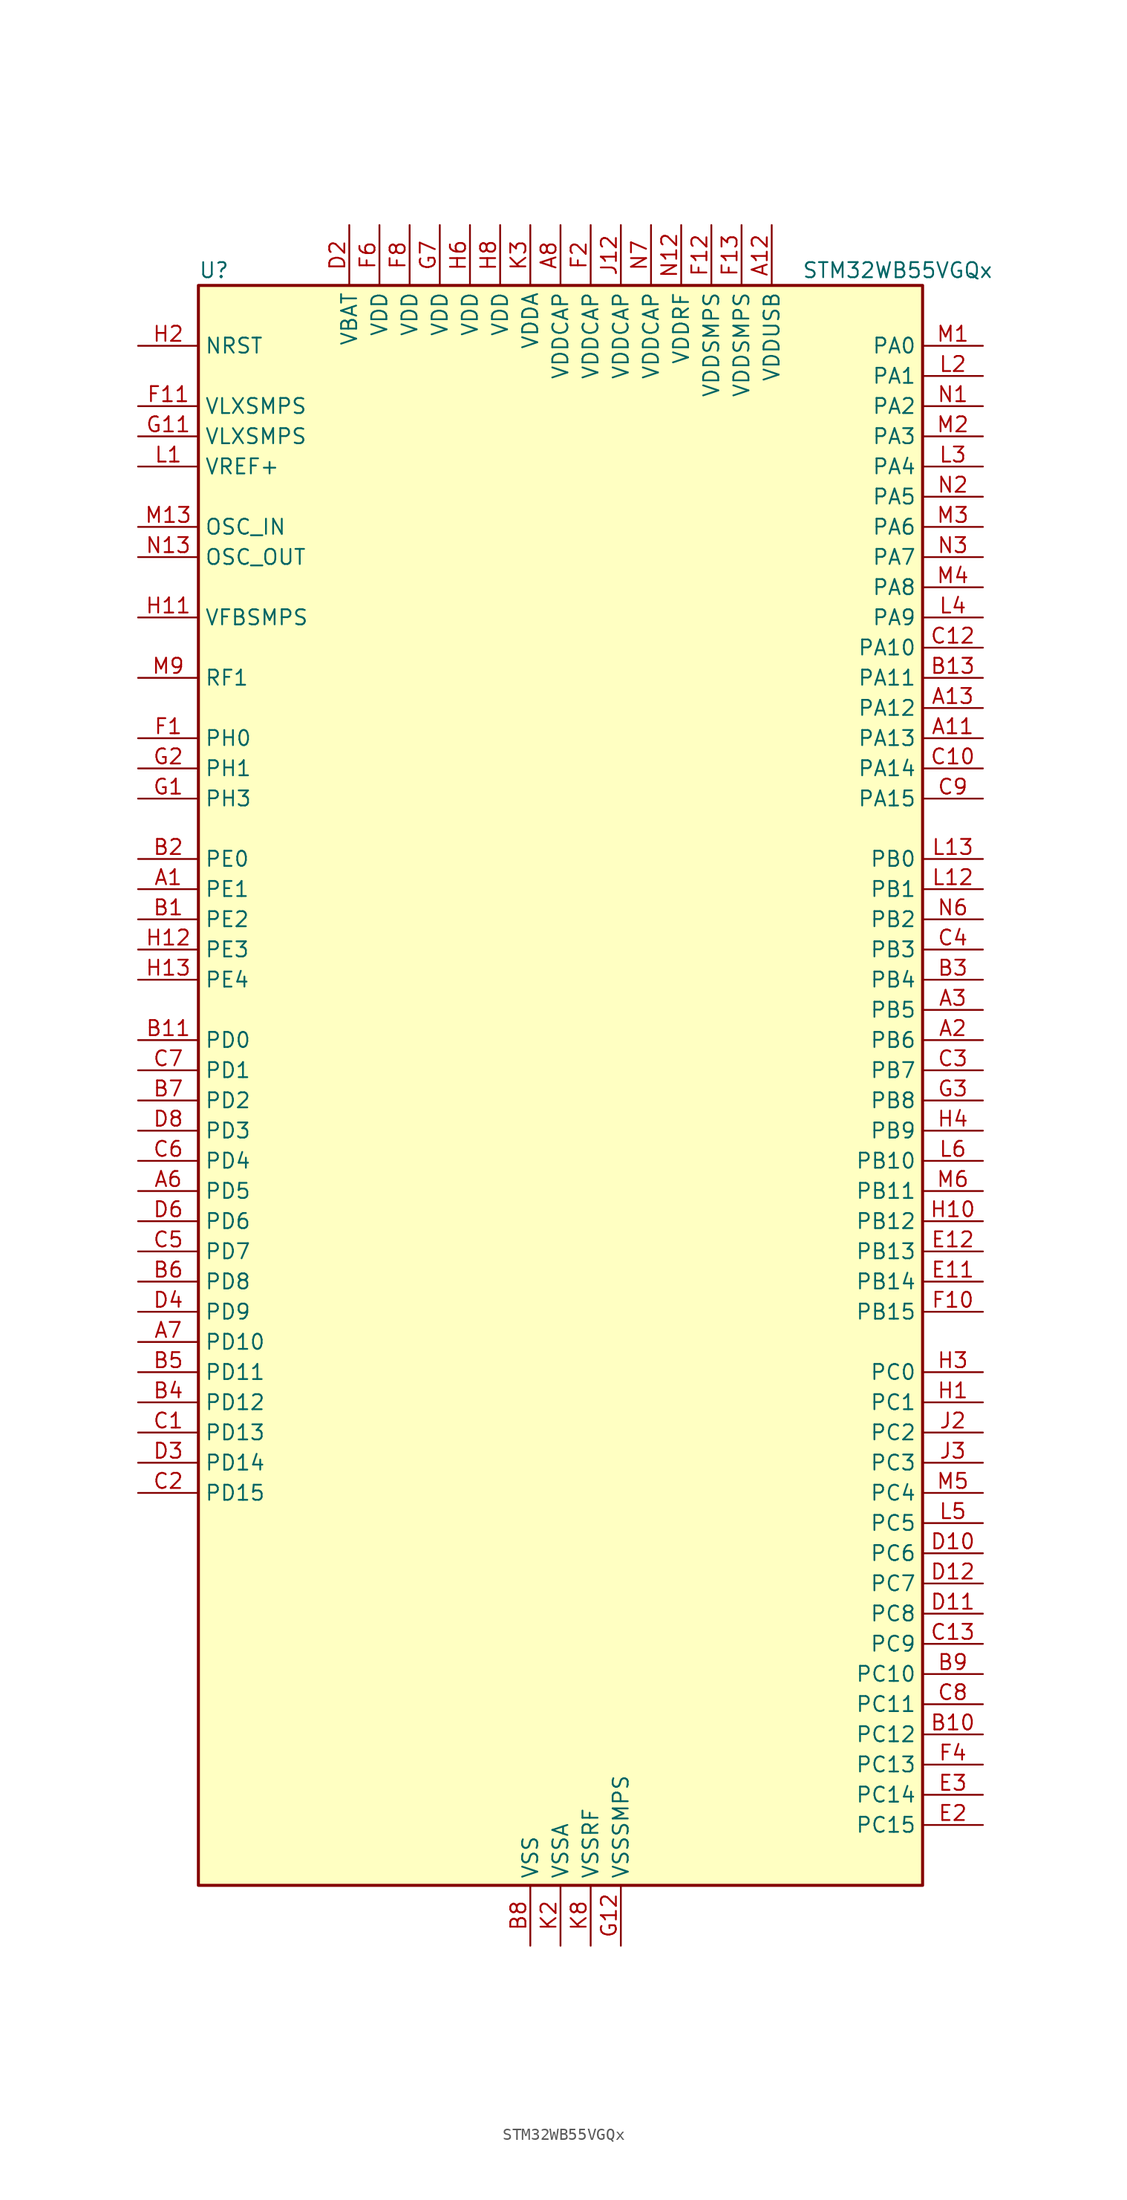
<source format=kicad_sym>
(kicad_symbol_lib
  (version 20241209)
  (generator "kicad_symbol_editor")
  (generator_version "9.0")
  (symbol "STM32WB55VGQx"
    (property "Reference" "U"
      (at -30.48 69.85 0)
      (effects (font (size 1.27 1.27)) (justify left)))
    (property "Value" "STM32WB55VGQx"
      (at 20.32 69.85 0)
      (effects (font (size 1.27 1.27)) (justify left)))
    (symbol "STM32WB55VGQx_0_1"
      (rectangle (start -30.48 -66.04) (end 30.48 68.58) (stroke (width 0.254) (type default)) (fill (type background))))
    (symbol "STM32WB55VGQx_1_1"
      (pin input line (at -35.56 63.5 0) (length 5.08) (name "NRST" (effects (font (size 1.27 1.27)))) (number "H2" (effects (font (size 1.27 1.27)))))
      (pin power_in line (at -35.56 58.42 0) (length 5.08) (name "VLXSMPS" (effects (font (size 1.27 1.27)))) (number "F11" (effects (font (size 1.27 1.27)))))
      (pin power_in line (at -35.56 55.88 0) (length 5.08) (name "VLXSMPS" (effects (font (size 1.27 1.27)))) (number "G11" (effects (font (size 1.27 1.27)))))
      (pin input line (at -35.56 53.34 0) (length 5.08) (name "VREF+" (effects (font (size 1.27 1.27)))) (number "L1" (effects (font (size 1.27 1.27)))) (alternate "VREFBUF_OUT" bidirectional line))
      (pin input line (at -35.56 48.26 0) (length 5.08) (name "OSC_IN" (effects (font (size 1.27 1.27)))) (number "M13" (effects (font (size 1.27 1.27)))) (alternate "RCC_OSC_IN" bidirectional line))
      (pin input line (at -35.56 45.72 0) (length 5.08) (name "OSC_OUT" (effects (font (size 1.27 1.27)))) (number "N13" (effects (font (size 1.27 1.27)))) (alternate "RCC_OSC_OUT" bidirectional line))
      (pin input line (at -35.56 40.64 0) (length 5.08) (name "VFBSMPS" (effects (font (size 1.27 1.27)))) (number "H11" (effects (font (size 1.27 1.27)))))
      (pin bidirectional line (at -35.56 35.56 0) (length 5.08) (name "RF1" (effects (font (size 1.27 1.27)))) (number "M9" (effects (font (size 1.27 1.27)))) (alternate "RF_RF1" bidirectional line))
      (pin bidirectional line (at -35.56 30.48 0) (length 5.08) (name "PH0" (effects (font (size 1.27 1.27)))) (number "F1" (effects (font (size 1.27 1.27)))))
      (pin bidirectional line (at -35.56 27.94 0) (length 5.08) (name "PH1" (effects (font (size 1.27 1.27)))) (number "G2" (effects (font (size 1.27 1.27)))))
      (pin bidirectional line (at -35.56 25.4 0) (length 5.08) (name "PH3" (effects (font (size 1.27 1.27)))) (number "G1" (effects (font (size 1.27 1.27)))) (alternate "RCC_LSCO" bidirectional line))
      (pin bidirectional line (at -35.56 20.32 0) (length 5.08) (name "PE0" (effects (font (size 1.27 1.27)))) (number "B2" (effects (font (size 1.27 1.27)))) (alternate "LCD_SEG36" bidirectional line) (alternate "TIM16_CH1" bidirectional line) (alternate "TIM1_ETR" bidirectional line) (alternate "TSC_G7_IO3" bidirectional line))
      (pin bidirectional line (at -35.56 17.78 0) (length 5.08) (name "PE1" (effects (font (size 1.27 1.27)))) (number "A1" (effects (font (size 1.27 1.27)))) (alternate "LCD_SEG37" bidirectional line) (alternate "TIM17_CH1" bidirectional line) (alternate "TSC_G7_IO2" bidirectional line))
      (pin bidirectional line (at -35.56 15.24 0) (length 5.08) (name "PE2" (effects (font (size 1.27 1.27)))) (number "B1" (effects (font (size 1.27 1.27)))) (alternate "LCD_SEG38" bidirectional line) (alternate "SAI1_CK1" bidirectional line) (alternate "SAI1_MCLK_A" bidirectional line) (alternate "SYS_TRACECLK" bidirectional line) (alternate "TSC_G7_IO1" bidirectional line))
      (pin bidirectional line (at -35.56 12.7 0) (length 5.08) (name "PE3" (effects (font (size 1.27 1.27)))) (number "H12" (effects (font (size 1.27 1.27)))))
      (pin bidirectional line (at -35.56 10.16 0) (length 5.08) (name "PE4" (effects (font (size 1.27 1.27)))) (number "H13" (effects (font (size 1.27 1.27)))))
      (pin bidirectional line (at -35.56 5.08 0) (length 5.08) (name "PD0" (effects (font (size 1.27 1.27)))) (number "B11" (effects (font (size 1.27 1.27)))) (alternate "SPI2_NSS" bidirectional line))
      (pin bidirectional line (at -35.56 2.54 0) (length 5.08) (name "PD1" (effects (font (size 1.27 1.27)))) (number "C7" (effects (font (size 1.27 1.27)))) (alternate "SPI2_SCK" bidirectional line))
      (pin bidirectional line (at -35.56 0 0) (length 5.08) (name "PD2" (effects (font (size 1.27 1.27)))) (number "B7" (effects (font (size 1.27 1.27)))) (alternate "LCD_COM7" bidirectional line) (alternate "LCD_SEG31" bidirectional line) (alternate "LCD_SEG43" bidirectional line) (alternate "SYS_TRACED2" bidirectional line) (alternate "TSC_SYNC" bidirectional line))
      (pin bidirectional line (at -35.56 -2.54 0) (length 5.08) (name "PD3" (effects (font (size 1.27 1.27)))) (number "D8" (effects (font (size 1.27 1.27)))) (alternate "QUADSPI_BK1_NCS" bidirectional line) (alternate "SPI2_MISO" bidirectional line) (alternate "SPI2_SCK" bidirectional line))
      (pin bidirectional line (at -35.56 -5.08 0) (length 5.08) (name "PD4" (effects (font (size 1.27 1.27)))) (number "C6" (effects (font (size 1.27 1.27)))) (alternate "QUADSPI_BK1_IO0" bidirectional line) (alternate "SPI2_MOSI" bidirectional line) (alternate "TSC_G5_IO1" bidirectional line))
      (pin bidirectional line (at -35.56 -7.62 0) (length 5.08) (name "PD5" (effects (font (size 1.27 1.27)))) (number "A6" (effects (font (size 1.27 1.27)))) (alternate "QUADSPI_BK1_IO1" bidirectional line) (alternate "SAI1_MCLK_B" bidirectional line) (alternate "TSC_G5_IO2" bidirectional line))
      (pin bidirectional line (at -35.56 -10.16 0) (length 5.08) (name "PD6" (effects (font (size 1.27 1.27)))) (number "D6" (effects (font (size 1.27 1.27)))) (alternate "QUADSPI_BK1_IO2" bidirectional line) (alternate "SAI1_D1" bidirectional line) (alternate "SAI1_SD_A" bidirectional line) (alternate "TSC_G5_IO3" bidirectional line))
      (pin bidirectional line (at -35.56 -12.7 0) (length 5.08) (name "PD7" (effects (font (size 1.27 1.27)))) (number "C5" (effects (font (size 1.27 1.27)))) (alternate "LCD_SEG39" bidirectional line) (alternate "QUADSPI_BK1_IO3" bidirectional line) (alternate "TSC_G5_IO4" bidirectional line))
      (pin bidirectional line (at -35.56 -15.24 0) (length 5.08) (name "PD8" (effects (font (size 1.27 1.27)))) (number "B6" (effects (font (size 1.27 1.27)))) (alternate "LCD_SEG28" bidirectional line) (alternate "TIM1_BKIN2" bidirectional line))
      (pin bidirectional line (at -35.56 -17.78 0) (length 5.08) (name "PD9" (effects (font (size 1.27 1.27)))) (number "D4" (effects (font (size 1.27 1.27)))) (alternate "LCD_SEG29" bidirectional line) (alternate "SYS_TRACED0" bidirectional line))
      (pin bidirectional line (at -35.56 -20.32 0) (length 5.08) (name "PD10" (effects (font (size 1.27 1.27)))) (number "A7" (effects (font (size 1.27 1.27)))) (alternate "LCD_SEG30" bidirectional line) (alternate "SYS_TRIG_INOUT" bidirectional line) (alternate "TSC_G6_IO1" bidirectional line))
      (pin bidirectional line (at -35.56 -22.86 0) (length 5.08) (name "PD11" (effects (font (size 1.27 1.27)))) (number "B5" (effects (font (size 1.27 1.27)))) (alternate "ADC1_EXTI11" bidirectional line) (alternate "LCD_SEG31" bidirectional line) (alternate "LPTIM2_ETR" bidirectional line) (alternate "TSC_G6_IO2" bidirectional line))
      (pin bidirectional line (at -35.56 -25.4 0) (length 5.08) (name "PD12" (effects (font (size 1.27 1.27)))) (number "B4" (effects (font (size 1.27 1.27)))) (alternate "LCD_SEG32" bidirectional line) (alternate "LPTIM2_IN1" bidirectional line) (alternate "TSC_G6_IO3" bidirectional line))
      (pin bidirectional line (at -35.56 -27.94 0) (length 5.08) (name "PD13" (effects (font (size 1.27 1.27)))) (number "C1" (effects (font (size 1.27 1.27)))) (alternate "LCD_SEG33" bidirectional line) (alternate "LPTIM2_OUT" bidirectional line) (alternate "TSC_G6_IO4" bidirectional line))
      (pin bidirectional line (at -35.56 -30.48 0) (length 5.08) (name "PD14" (effects (font (size 1.27 1.27)))) (number "D3" (effects (font (size 1.27 1.27)))) (alternate "LCD_SEG34" bidirectional line) (alternate "TIM1_CH1" bidirectional line))
      (pin bidirectional line (at -35.56 -33.02 0) (length 5.08) (name "PD15" (effects (font (size 1.27 1.27)))) (number "C2" (effects (font (size 1.27 1.27)))) (alternate "ADC1_EXTI15" bidirectional line) (alternate "LCD_SEG35" bidirectional line) (alternate "TIM1_CH2" bidirectional line))
      (pin no_connect line (at -30.48 -63.5 0) (length 5.08) (hide yes) (name "AT1" (effects (font (size 1.27 1.27)))) (number "K12" (effects (font (size 1.27 1.27)))))
      (pin no_connect line (at -30.48 -66.04 0) (length 5.08) (hide yes) (name "AT0" (effects (font (size 1.27 1.27)))) (number "K11" (effects (font (size 1.27 1.27)))))
      (pin power_in line (at -17.78 73.66 270) (length 5.08) (name "VBAT" (effects (font (size 1.27 1.27)))) (number "D2" (effects (font (size 1.27 1.27)))))
      (pin power_in line (at -15.24 73.66 270) (length 5.08) (name "VDD" (effects (font (size 1.27 1.27)))) (number "F6" (effects (font (size 1.27 1.27)))))
      (pin power_in line (at -12.7 73.66 270) (length 5.08) (name "VDD" (effects (font (size 1.27 1.27)))) (number "F8" (effects (font (size 1.27 1.27)))))
      (pin power_in line (at -10.16 73.66 270) (length 5.08) (name "VDD" (effects (font (size 1.27 1.27)))) (number "G7" (effects (font (size 1.27 1.27)))))
      (pin power_in line (at -7.62 73.66 270) (length 5.08) (name "VDD" (effects (font (size 1.27 1.27)))) (number "H6" (effects (font (size 1.27 1.27)))))
      (pin power_in line (at -5.08 73.66 270) (length 5.08) (name "VDD" (effects (font (size 1.27 1.27)))) (number "H8" (effects (font (size 1.27 1.27)))))
      (pin power_in line (at -2.54 73.66 270) (length 5.08) (name "VDDA" (effects (font (size 1.27 1.27)))) (number "K3" (effects (font (size 1.27 1.27)))))
      (pin passive line (at -2.54 -71.12 90) (length 5.08) (hide yes) (name "VSS" (effects (font (size 1.27 1.27)))) (number "B12" (effects (font (size 1.27 1.27)))))
      (pin power_in line (at -2.54 -71.12 90) (length 5.08) (name "VSS" (effects (font (size 1.27 1.27)))) (number "B8" (effects (font (size 1.27 1.27)))))
      (pin passive line (at -2.54 -71.12 90) (length 5.08) (hide yes) (name "VSS" (effects (font (size 1.27 1.27)))) (number "C11" (effects (font (size 1.27 1.27)))))
      (pin passive line (at -2.54 -71.12 90) (length 5.08) (hide yes) (name "VSS" (effects (font (size 1.27 1.27)))) (number "E5" (effects (font (size 1.27 1.27)))))
      (pin passive line (at -2.54 -71.12 90) (length 5.08) (hide yes) (name "VSS" (effects (font (size 1.27 1.27)))) (number "E7" (effects (font (size 1.27 1.27)))))
      (pin passive line (at -2.54 -71.12 90) (length 5.08) (hide yes) (name "VSS" (effects (font (size 1.27 1.27)))) (number "E9" (effects (font (size 1.27 1.27)))))
      (pin passive line (at -2.54 -71.12 90) (length 5.08) (hide yes) (name "VSS" (effects (font (size 1.27 1.27)))) (number "F3" (effects (font (size 1.27 1.27)))))
      (pin passive line (at -2.54 -71.12 90) (length 5.08) (hide yes) (name "VSS" (effects (font (size 1.27 1.27)))) (number "G5" (effects (font (size 1.27 1.27)))))
      (pin passive line (at -2.54 -71.12 90) (length 5.08) (hide yes) (name "VSS" (effects (font (size 1.27 1.27)))) (number "G9" (effects (font (size 1.27 1.27)))))
      (pin passive line (at -2.54 -71.12 90) (length 5.08) (hide yes) (name "VSS" (effects (font (size 1.27 1.27)))) (number "J11" (effects (font (size 1.27 1.27)))))
      (pin passive line (at -2.54 -71.12 90) (length 5.08) (hide yes) (name "VSS" (effects (font (size 1.27 1.27)))) (number "J5" (effects (font (size 1.27 1.27)))))
      (pin passive line (at -2.54 -71.12 90) (length 5.08) (hide yes) (name "VSS" (effects (font (size 1.27 1.27)))) (number "J7" (effects (font (size 1.27 1.27)))))
      (pin passive line (at -2.54 -71.12 90) (length 5.08) (hide yes) (name "VSS" (effects (font (size 1.27 1.27)))) (number "J9" (effects (font (size 1.27 1.27)))))
      (pin passive line (at -2.54 -71.12 90) (length 5.08) (hide yes) (name "VSS" (effects (font (size 1.27 1.27)))) (number "K4" (effects (font (size 1.27 1.27)))))
      (pin passive line (at -2.54 -71.12 90) (length 5.08) (hide yes) (name "VSS" (effects (font (size 1.27 1.27)))) (number "K6" (effects (font (size 1.27 1.27)))))
      (pin passive line (at -2.54 -71.12 90) (length 5.08) (hide yes) (name "VSS" (effects (font (size 1.27 1.27)))) (number "M7" (effects (font (size 1.27 1.27)))))
      (pin power_in line (at 0 73.66 270) (length 5.08) (name "VDDCAP" (effects (font (size 1.27 1.27)))) (number "A8" (effects (font (size 1.27 1.27)))))
      (pin power_in line (at 0 -71.12 90) (length 5.08) (name "VSSA" (effects (font (size 1.27 1.27)))) (number "K2" (effects (font (size 1.27 1.27)))))
      (pin power_in line (at 2.54 73.66 270) (length 5.08) (name "VDDCAP" (effects (font (size 1.27 1.27)))) (number "F2" (effects (font (size 1.27 1.27)))))
      (pin passive line (at 2.54 -71.12 90) (length 5.08) (hide yes) (name "VSSRF" (effects (font (size 1.27 1.27)))) (number "K10" (effects (font (size 1.27 1.27)))))
      (pin power_in line (at 2.54 -71.12 90) (length 5.08) (name "VSSRF" (effects (font (size 1.27 1.27)))) (number "K8" (effects (font (size 1.27 1.27)))))
      (pin passive line (at 2.54 -71.12 90) (length 5.08) (hide yes) (name "VSSRF" (effects (font (size 1.27 1.27)))) (number "L10" (effects (font (size 1.27 1.27)))))
      (pin passive line (at 2.54 -71.12 90) (length 5.08) (hide yes) (name "VSSRF" (effects (font (size 1.27 1.27)))) (number "L11" (effects (font (size 1.27 1.27)))))
      (pin passive line (at 2.54 -71.12 90) (length 5.08) (hide yes) (name "VSSRF" (effects (font (size 1.27 1.27)))) (number "L7" (effects (font (size 1.27 1.27)))))
      (pin passive line (at 2.54 -71.12 90) (length 5.08) (hide yes) (name "VSSRF" (effects (font (size 1.27 1.27)))) (number "L8" (effects (font (size 1.27 1.27)))))
      (pin passive line (at 2.54 -71.12 90) (length 5.08) (hide yes) (name "VSSRF" (effects (font (size 1.27 1.27)))) (number "L9" (effects (font (size 1.27 1.27)))))
      (pin passive line (at 2.54 -71.12 90) (length 5.08) (hide yes) (name "VSSRF" (effects (font (size 1.27 1.27)))) (number "M10" (effects (font (size 1.27 1.27)))))
      (pin passive line (at 2.54 -71.12 90) (length 5.08) (hide yes) (name "VSSRF" (effects (font (size 1.27 1.27)))) (number "M11" (effects (font (size 1.27 1.27)))))
      (pin passive line (at 2.54 -71.12 90) (length 5.08) (hide yes) (name "VSSRF" (effects (font (size 1.27 1.27)))) (number "M12" (effects (font (size 1.27 1.27)))))
      (pin passive line (at 2.54 -71.12 90) (length 5.08) (hide yes) (name "VSSRF" (effects (font (size 1.27 1.27)))) (number "M8" (effects (font (size 1.27 1.27)))))
      (pin passive line (at 2.54 -71.12 90) (length 5.08) (hide yes) (name "VSSRF" (effects (font (size 1.27 1.27)))) (number "N11" (effects (font (size 1.27 1.27)))))
      (pin passive line (at 2.54 -71.12 90) (length 5.08) (hide yes) (name "VSSRF" (effects (font (size 1.27 1.27)))) (number "N8" (effects (font (size 1.27 1.27)))))
      (pin power_in line (at 5.08 73.66 270) (length 5.08) (name "VDDCAP" (effects (font (size 1.27 1.27)))) (number "J12" (effects (font (size 1.27 1.27)))))
      (pin power_in line (at 5.08 -71.12 90) (length 5.08) (name "VSSSMPS" (effects (font (size 1.27 1.27)))) (number "G12" (effects (font (size 1.27 1.27)))))
      (pin passive line (at 5.08 -71.12 90) (length 5.08) (hide yes) (name "VSSSMPS" (effects (font (size 1.27 1.27)))) (number "G13" (effects (font (size 1.27 1.27)))))
      (pin power_in line (at 7.62 73.66 270) (length 5.08) (name "VDDCAP" (effects (font (size 1.27 1.27)))) (number "N7" (effects (font (size 1.27 1.27)))))
      (pin power_in line (at 10.16 73.66 270) (length 5.08) (name "VDDRF" (effects (font (size 1.27 1.27)))) (number "N12" (effects (font (size 1.27 1.27)))))
      (pin power_in line (at 12.7 73.66 270) (length 5.08) (name "VDDSMPS" (effects (font (size 1.27 1.27)))) (number "F12" (effects (font (size 1.27 1.27)))))
      (pin power_in line (at 15.24 73.66 270) (length 5.08) (name "VDDSMPS" (effects (font (size 1.27 1.27)))) (number "F13" (effects (font (size 1.27 1.27)))))
      (pin power_in line (at 17.78 73.66 270) (length 5.08) (name "VDDUSB" (effects (font (size 1.27 1.27)))) (number "A12" (effects (font (size 1.27 1.27)))))
      (pin bidirectional line (at 35.56 63.5 180) (length 5.08) (name "PA0" (effects (font (size 1.27 1.27)))) (number "M1" (effects (font (size 1.27 1.27)))) (alternate "ADC1_IN5" bidirectional line) (alternate "COMP1_INM" bidirectional line) (alternate "COMP1_OUT" bidirectional line) (alternate "RTC_TAMP2" bidirectional line) (alternate "SAI1_EXTCLK" bidirectional line) (alternate "SYS_WKUP1" bidirectional line) (alternate "TIM2_CH1" bidirectional line) (alternate "TIM2_ETR" bidirectional line))
      (pin bidirectional line (at 35.56 60.96 180) (length 5.08) (name "PA1" (effects (font (size 1.27 1.27)))) (number "L2" (effects (font (size 1.27 1.27)))) (alternate "ADC1_IN6" bidirectional line) (alternate "COMP1_INP" bidirectional line) (alternate "I2C1_SMBA" bidirectional line) (alternate "LCD_SEG0" bidirectional line) (alternate "SPI1_SCK" bidirectional line) (alternate "TIM2_CH2" bidirectional line))
      (pin bidirectional line (at 35.56 58.42 180) (length 5.08) (name "PA2" (effects (font (size 1.27 1.27)))) (number "N1" (effects (font (size 1.27 1.27)))) (alternate "ADC1_IN7" bidirectional line) (alternate "COMP2_INM" bidirectional line) (alternate "COMP2_OUT" bidirectional line) (alternate "LCD_SEG1" bidirectional line) (alternate "LPUART1_TX" bidirectional line) (alternate "QUADSPI_BK1_NCS" bidirectional line) (alternate "RCC_LSCO" bidirectional line) (alternate "SYS_WKUP4" bidirectional line) (alternate "TIM2_CH3" bidirectional line))
      (pin bidirectional line (at 35.56 55.88 180) (length 5.08) (name "PA3" (effects (font (size 1.27 1.27)))) (number "M2" (effects (font (size 1.27 1.27)))) (alternate "ADC1_IN8" bidirectional line) (alternate "COMP2_INP" bidirectional line) (alternate "LCD_SEG2" bidirectional line) (alternate "LPUART1_RX" bidirectional line) (alternate "QUADSPI_CLK" bidirectional line) (alternate "SAI1_CK1" bidirectional line) (alternate "SAI1_MCLK_A" bidirectional line) (alternate "TIM2_CH4" bidirectional line))
      (pin bidirectional line (at 35.56 53.34 180) (length 5.08) (name "PA4" (effects (font (size 1.27 1.27)))) (number "L3" (effects (font (size 1.27 1.27)))) (alternate "ADC1_IN9" bidirectional line) (alternate "COMP1_INM" bidirectional line) (alternate "COMP2_INM" bidirectional line) (alternate "LCD_SEG5" bidirectional line) (alternate "LPTIM2_OUT" bidirectional line) (alternate "SAI1_FS_B" bidirectional line) (alternate "SPI1_NSS" bidirectional line))
      (pin bidirectional line (at 35.56 50.8 180) (length 5.08) (name "PA5" (effects (font (size 1.27 1.27)))) (number "N2" (effects (font (size 1.27 1.27)))) (alternate "ADC1_IN10" bidirectional line) (alternate "COMP1_INM" bidirectional line) (alternate "COMP2_INM" bidirectional line) (alternate "LPTIM2_ETR" bidirectional line) (alternate "SAI1_SD_B" bidirectional line) (alternate "SPI1_SCK" bidirectional line) (alternate "TIM2_CH1" bidirectional line) (alternate "TIM2_ETR" bidirectional line))
      (pin bidirectional line (at 35.56 48.26 180) (length 5.08) (name "PA6" (effects (font (size 1.27 1.27)))) (number "M3" (effects (font (size 1.27 1.27)))) (alternate "ADC1_IN11" bidirectional line) (alternate "LCD_SEG3" bidirectional line) (alternate "LPUART1_CTS" bidirectional line) (alternate "QUADSPI_BK1_IO3" bidirectional line) (alternate "SPI1_MISO" bidirectional line) (alternate "TIM16_CH1" bidirectional line) (alternate "TIM1_BKIN" bidirectional line))
      (pin bidirectional line (at 35.56 45.72 180) (length 5.08) (name "PA7" (effects (font (size 1.27 1.27)))) (number "N3" (effects (font (size 1.27 1.27)))) (alternate "ADC1_IN12" bidirectional line) (alternate "COMP2_OUT" bidirectional line) (alternate "I2C3_SCL" bidirectional line) (alternate "LCD_SEG4" bidirectional line) (alternate "QUADSPI_BK1_IO2" bidirectional line) (alternate "SPI1_MOSI" bidirectional line) (alternate "TIM17_CH1" bidirectional line) (alternate "TIM1_CH1N" bidirectional line))
      (pin bidirectional line (at 35.56 43.18 180) (length 5.08) (name "PA8" (effects (font (size 1.27 1.27)))) (number "M4" (effects (font (size 1.27 1.27)))) (alternate "ADC1_IN15" bidirectional line) (alternate "LCD_COM0" bidirectional line) (alternate "LPTIM2_OUT" bidirectional line) (alternate "RCC_MCO" bidirectional line) (alternate "SAI1_CK2" bidirectional line) (alternate "SAI1_SCK_A" bidirectional line) (alternate "TIM1_CH1" bidirectional line) (alternate "USART1_CK" bidirectional line))
      (pin bidirectional line (at 35.56 40.64 180) (length 5.08) (name "PA9" (effects (font (size 1.27 1.27)))) (number "L4" (effects (font (size 1.27 1.27)))) (alternate "ADC1_IN16" bidirectional line) (alternate "COMP1_INM" bidirectional line) (alternate "I2C1_SCL" bidirectional line) (alternate "LCD_COM1" bidirectional line) (alternate "SAI1_D2" bidirectional line) (alternate "SAI1_FS_A" bidirectional line) (alternate "SPI2_SCK" bidirectional line) (alternate "TIM1_CH2" bidirectional line) (alternate "USART1_TX" bidirectional line))
      (pin bidirectional line (at 35.56 38.1 180) (length 5.08) (name "PA10" (effects (font (size 1.27 1.27)))) (number "C12" (effects (font (size 1.27 1.27)))) (alternate "CRS_SYNC" bidirectional line) (alternate "I2C1_SDA" bidirectional line) (alternate "LCD_COM2" bidirectional line) (alternate "SAI1_D1" bidirectional line) (alternate "SAI1_SD_A" bidirectional line) (alternate "TIM17_BKIN" bidirectional line) (alternate "TIM1_CH3" bidirectional line) (alternate "USART1_RX" bidirectional line))
      (pin bidirectional line (at 35.56 35.56 180) (length 5.08) (name "PA11" (effects (font (size 1.27 1.27)))) (number "B13" (effects (font (size 1.27 1.27)))) (alternate "ADC1_EXTI11" bidirectional line) (alternate "SPI1_MISO" bidirectional line) (alternate "TIM1_BKIN2" bidirectional line) (alternate "TIM1_CH4" bidirectional line) (alternate "USART1_CTS" bidirectional line) (alternate "USART1_NSS" bidirectional line) (alternate "USB_DM" bidirectional line))
      (pin bidirectional line (at 35.56 33.02 180) (length 5.08) (name "PA12" (effects (font (size 1.27 1.27)))) (number "A13" (effects (font (size 1.27 1.27)))) (alternate "LPUART1_RX" bidirectional line) (alternate "SPI1_MOSI" bidirectional line) (alternate "TIM1_ETR" bidirectional line) (alternate "USART1_DE" bidirectional line) (alternate "USART1_RTS" bidirectional line) (alternate "USB_DP" bidirectional line))
      (pin bidirectional line (at 35.56 30.48 180) (length 5.08) (name "PA13" (effects (font (size 1.27 1.27)))) (number "A11" (effects (font (size 1.27 1.27)))) (alternate "IR_OUT" bidirectional line) (alternate "SAI1_SD_B" bidirectional line) (alternate "SYS_JTMS-SWDIO" bidirectional line) (alternate "USB_NOE" bidirectional line))
      (pin bidirectional line (at 35.56 27.94 180) (length 5.08) (name "PA14" (effects (font (size 1.27 1.27)))) (number "C10" (effects (font (size 1.27 1.27)))) (alternate "I2C1_SMBA" bidirectional line) (alternate "LCD_SEG5" bidirectional line) (alternate "LPTIM1_OUT" bidirectional line) (alternate "SAI1_FS_B" bidirectional line) (alternate "SYS_JTCK-SWCLK" bidirectional line))
      (pin bidirectional line (at 35.56 25.4 180) (length 5.08) (name "PA15" (effects (font (size 1.27 1.27)))) (number "C9" (effects (font (size 1.27 1.27)))) (alternate "ADC1_EXTI15" bidirectional line) (alternate "LCD_SEG17" bidirectional line) (alternate "RCC_MCO" bidirectional line) (alternate "SPI1_NSS" bidirectional line) (alternate "SYS_JTDI" bidirectional line) (alternate "TIM2_CH1" bidirectional line) (alternate "TIM2_ETR" bidirectional line) (alternate "TSC_G3_IO1" bidirectional line))
      (pin bidirectional line (at 35.56 20.32 180) (length 5.08) (name "PB0" (effects (font (size 1.27 1.27)))) (number "L13" (effects (font (size 1.27 1.27)))) (alternate "COMP1_OUT" bidirectional line) (alternate "RF_TX_MOD_EXT_PA" bidirectional line))
      (pin bidirectional line (at 35.56 17.78 180) (length 5.08) (name "PB1" (effects (font (size 1.27 1.27)))) (number "L12" (effects (font (size 1.27 1.27)))) (alternate "LPTIM2_IN1" bidirectional line) (alternate "LPUART1_DE" bidirectional line) (alternate "LPUART1_RTS" bidirectional line))
      (pin bidirectional line (at 35.56 15.24 180) (length 5.08) (name "PB2" (effects (font (size 1.27 1.27)))) (number "N6" (effects (font (size 1.27 1.27)))) (alternate "COMP1_INP" bidirectional line) (alternate "I2C3_SMBA" bidirectional line) (alternate "LCD_VLCD" bidirectional line) (alternate "LPTIM1_OUT" bidirectional line) (alternate "RTC_OUT2" bidirectional line) (alternate "SAI1_EXTCLK" bidirectional line) (alternate "SPI1_NSS" bidirectional line))
      (pin bidirectional line (at 35.56 12.7 180) (length 5.08) (name "PB3" (effects (font (size 1.27 1.27)))) (number "C4" (effects (font (size 1.27 1.27)))) (alternate "COMP2_INM" bidirectional line) (alternate "LCD_SEG7" bidirectional line) (alternate "SAI1_SCK_B" bidirectional line) (alternate "SPI1_SCK" bidirectional line) (alternate "SYS_JTDO-SWO" bidirectional line) (alternate "TIM2_CH2" bidirectional line) (alternate "USART1_DE" bidirectional line) (alternate "USART1_RTS" bidirectional line))
      (pin bidirectional line (at 35.56 10.16 180) (length 5.08) (name "PB4" (effects (font (size 1.27 1.27)))) (number "B3" (effects (font (size 1.27 1.27)))) (alternate "COMP2_INP" bidirectional line) (alternate "I2C3_SDA" bidirectional line) (alternate "LCD_SEG8" bidirectional line) (alternate "SAI1_MCLK_B" bidirectional line) (alternate "SPI1_MISO" bidirectional line) (alternate "SYS_JTRST" bidirectional line) (alternate "TIM17_BKIN" bidirectional line) (alternate "TSC_G2_IO1" bidirectional line) (alternate "USART1_CTS" bidirectional line) (alternate "USART1_NSS" bidirectional line))
      (pin bidirectional line (at 35.56 7.62 180) (length 5.08) (name "PB5" (effects (font (size 1.27 1.27)))) (number "A3" (effects (font (size 1.27 1.27)))) (alternate "COMP2_OUT" bidirectional line) (alternate "I2C1_SMBA" bidirectional line) (alternate "LCD_SEG9" bidirectional line) (alternate "LPTIM1_IN1" bidirectional line) (alternate "LPUART1_TX" bidirectional line) (alternate "SAI1_SD_B" bidirectional line) (alternate "SPI1_MOSI" bidirectional line) (alternate "TIM16_BKIN" bidirectional line) (alternate "TSC_G2_IO2" bidirectional line) (alternate "USART1_CK" bidirectional line))
      (pin bidirectional line (at 35.56 5.08 180) (length 5.08) (name "PB6" (effects (font (size 1.27 1.27)))) (number "A2" (effects (font (size 1.27 1.27)))) (alternate "COMP2_INP" bidirectional line) (alternate "I2C1_SCL" bidirectional line) (alternate "LCD_SEG6" bidirectional line) (alternate "LPTIM1_ETR" bidirectional line) (alternate "RCC_MCO" bidirectional line) (alternate "SAI1_FS_B" bidirectional line) (alternate "TIM16_CH1N" bidirectional line) (alternate "TSC_G2_IO3" bidirectional line) (alternate "USART1_TX" bidirectional line))
      (pin bidirectional line (at 35.56 2.54 180) (length 5.08) (name "PB7" (effects (font (size 1.27 1.27)))) (number "C3" (effects (font (size 1.27 1.27)))) (alternate "COMP2_INM" bidirectional line) (alternate "I2C1_SDA" bidirectional line) (alternate "LCD_SEG21" bidirectional line) (alternate "LPTIM1_IN2" bidirectional line) (alternate "SYS_PVD_IN" bidirectional line) (alternate "TIM17_CH1N" bidirectional line) (alternate "TIM1_BKIN" bidirectional line) (alternate "TSC_G2_IO4" bidirectional line) (alternate "USART1_RX" bidirectional line))
      (pin bidirectional line (at 35.56 0 180) (length 5.08) (name "PB8" (effects (font (size 1.27 1.27)))) (number "G3" (effects (font (size 1.27 1.27)))) (alternate "I2C1_SCL" bidirectional line) (alternate "LCD_SEG16" bidirectional line) (alternate "QUADSPI_BK1_IO1" bidirectional line) (alternate "SAI1_CK1" bidirectional line) (alternate "SAI1_MCLK_A" bidirectional line) (alternate "TIM16_CH1" bidirectional line) (alternate "TIM1_CH2N" bidirectional line))
      (pin bidirectional line (at 35.56 -2.54 180) (length 5.08) (name "PB9" (effects (font (size 1.27 1.27)))) (number "H4" (effects (font (size 1.27 1.27)))) (alternate "I2C1_SDA" bidirectional line) (alternate "IR_OUT" bidirectional line) (alternate "LCD_COM3" bidirectional line) (alternate "QUADSPI_BK1_IO0" bidirectional line) (alternate "SAI1_D2" bidirectional line) (alternate "SAI1_FS_A" bidirectional line) (alternate "SPI2_NSS" bidirectional line) (alternate "TIM17_CH1" bidirectional line) (alternate "TIM1_CH3N" bidirectional line) (alternate "TSC_G7_IO4" bidirectional line))
      (pin bidirectional line (at 35.56 -5.08 180) (length 5.08) (name "PB10" (effects (font (size 1.27 1.27)))) (number "L6" (effects (font (size 1.27 1.27)))) (alternate "COMP1_OUT" bidirectional line) (alternate "I2C3_SCL" bidirectional line) (alternate "LCD_SEG10" bidirectional line) (alternate "LPUART1_RX" bidirectional line) (alternate "QUADSPI_CLK" bidirectional line) (alternate "SAI1_SCK_A" bidirectional line) (alternate "SPI2_SCK" bidirectional line) (alternate "TIM2_CH3" bidirectional line) (alternate "TSC_SYNC" bidirectional line))
      (pin bidirectional line (at 35.56 -7.62 180) (length 5.08) (name "PB11" (effects (font (size 1.27 1.27)))) (number "M6" (effects (font (size 1.27 1.27)))) (alternate "ADC1_EXTI11" bidirectional line) (alternate "COMP2_OUT" bidirectional line) (alternate "I2C3_SDA" bidirectional line) (alternate "LCD_SEG11" bidirectional line) (alternate "LPUART1_TX" bidirectional line) (alternate "QUADSPI_BK1_NCS" bidirectional line) (alternate "TIM2_CH4" bidirectional line))
      (pin bidirectional line (at 35.56 -10.16 180) (length 5.08) (name "PB12" (effects (font (size 1.27 1.27)))) (number "H10" (effects (font (size 1.27 1.27)))) (alternate "I2C3_SMBA" bidirectional line) (alternate "LCD_SEG12" bidirectional line) (alternate "LPUART1_DE" bidirectional line) (alternate "LPUART1_RTS" bidirectional line) (alternate "SAI1_FS_A" bidirectional line) (alternate "SPI2_NSS" bidirectional line) (alternate "TIM1_BKIN" bidirectional line) (alternate "TSC_G1_IO1" bidirectional line))
      (pin bidirectional line (at 35.56 -12.7 180) (length 5.08) (name "PB13" (effects (font (size 1.27 1.27)))) (number "E12" (effects (font (size 1.27 1.27)))) (alternate "I2C3_SCL" bidirectional line) (alternate "LCD_SEG13" bidirectional line) (alternate "LPUART1_CTS" bidirectional line) (alternate "SAI1_SCK_A" bidirectional line) (alternate "SPI2_SCK" bidirectional line) (alternate "TIM1_CH1N" bidirectional line) (alternate "TSC_G1_IO2" bidirectional line))
      (pin bidirectional line (at 35.56 -15.24 180) (length 5.08) (name "PB14" (effects (font (size 1.27 1.27)))) (number "E11" (effects (font (size 1.27 1.27)))) (alternate "I2C3_SDA" bidirectional line) (alternate "LCD_SEG14" bidirectional line) (alternate "SAI1_MCLK_A" bidirectional line) (alternate "SPI2_MISO" bidirectional line) (alternate "TIM1_CH2N" bidirectional line) (alternate "TSC_G1_IO3" bidirectional line))
      (pin bidirectional line (at 35.56 -17.78 180) (length 5.08) (name "PB15" (effects (font (size 1.27 1.27)))) (number "F10" (effects (font (size 1.27 1.27)))) (alternate "ADC1_EXTI15" bidirectional line) (alternate "LCD_SEG15" bidirectional line) (alternate "RTC_REFIN" bidirectional line) (alternate "SAI1_SD_A" bidirectional line) (alternate "SPI2_MOSI" bidirectional line) (alternate "TIM1_CH3N" bidirectional line) (alternate "TSC_G1_IO4" bidirectional line))
      (pin bidirectional line (at 35.56 -22.86 180) (length 5.08) (name "PC0" (effects (font (size 1.27 1.27)))) (number "H3" (effects (font (size 1.27 1.27)))) (alternate "ADC1_IN1" bidirectional line) (alternate "I2C3_SCL" bidirectional line) (alternate "LCD_SEG18" bidirectional line) (alternate "LPTIM1_IN1" bidirectional line) (alternate "LPTIM2_IN1" bidirectional line) (alternate "LPUART1_RX" bidirectional line))
      (pin bidirectional line (at 35.56 -25.4 180) (length 5.08) (name "PC1" (effects (font (size 1.27 1.27)))) (number "H1" (effects (font (size 1.27 1.27)))) (alternate "ADC1_IN2" bidirectional line) (alternate "I2C3_SDA" bidirectional line) (alternate "LCD_SEG19" bidirectional line) (alternate "LPTIM1_OUT" bidirectional line) (alternate "LPUART1_TX" bidirectional line) (alternate "SPI2_MOSI" bidirectional line))
      (pin bidirectional line (at 35.56 -27.94 180) (length 5.08) (name "PC2" (effects (font (size 1.27 1.27)))) (number "J2" (effects (font (size 1.27 1.27)))) (alternate "ADC1_IN3" bidirectional line) (alternate "LCD_SEG20" bidirectional line) (alternate "LPTIM1_IN2" bidirectional line) (alternate "SPI2_MISO" bidirectional line))
      (pin bidirectional line (at 35.56 -30.48 180) (length 5.08) (name "PC3" (effects (font (size 1.27 1.27)))) (number "J3" (effects (font (size 1.27 1.27)))) (alternate "ADC1_IN4" bidirectional line) (alternate "LCD_VLCD" bidirectional line) (alternate "LPTIM1_ETR" bidirectional line) (alternate "LPTIM2_ETR" bidirectional line) (alternate "SAI1_D1" bidirectional line) (alternate "SAI1_SD_A" bidirectional line) (alternate "SPI2_MOSI" bidirectional line))
      (pin bidirectional line (at 35.56 -33.02 180) (length 5.08) (name "PC4" (effects (font (size 1.27 1.27)))) (number "M5" (effects (font (size 1.27 1.27)))) (alternate "ADC1_IN13" bidirectional line) (alternate "COMP1_INM" bidirectional line) (alternate "LCD_SEG22" bidirectional line))
      (pin bidirectional line (at 35.56 -35.56 180) (length 5.08) (name "PC5" (effects (font (size 1.27 1.27)))) (number "L5" (effects (font (size 1.27 1.27)))) (alternate "ADC1_IN14" bidirectional line) (alternate "COMP1_INP" bidirectional line) (alternate "LCD_SEG23" bidirectional line) (alternate "SAI1_D3" bidirectional line) (alternate "SYS_WKUP5" bidirectional line))
      (pin bidirectional line (at 35.56 -38.1 180) (length 5.08) (name "PC6" (effects (font (size 1.27 1.27)))) (number "D10" (effects (font (size 1.27 1.27)))) (alternate "LCD_SEG24" bidirectional line) (alternate "TSC_G4_IO1" bidirectional line))
      (pin bidirectional line (at 35.56 -40.64 180) (length 5.08) (name "PC7" (effects (font (size 1.27 1.27)))) (number "D12" (effects (font (size 1.27 1.27)))) (alternate "LCD_SEG25" bidirectional line) (alternate "TSC_G4_IO2" bidirectional line))
      (pin bidirectional line (at 35.56 -43.18 180) (length 5.08) (name "PC8" (effects (font (size 1.27 1.27)))) (number "D11" (effects (font (size 1.27 1.27)))) (alternate "LCD_SEG26" bidirectional line) (alternate "TSC_G4_IO3" bidirectional line))
      (pin bidirectional line (at 35.56 -45.72 180) (length 5.08) (name "PC9" (effects (font (size 1.27 1.27)))) (number "C13" (effects (font (size 1.27 1.27)))) (alternate "LCD_SEG27" bidirectional line) (alternate "SAI1_SCK_B" bidirectional line) (alternate "TIM1_BKIN" bidirectional line) (alternate "TSC_G4_IO4" bidirectional line) (alternate "USB_NOE" bidirectional line))
      (pin bidirectional line (at 35.56 -48.26 180) (length 5.08) (name "PC10" (effects (font (size 1.27 1.27)))) (number "B9" (effects (font (size 1.27 1.27)))) (alternate "LCD_COM4" bidirectional line) (alternate "LCD_SEG28" bidirectional line) (alternate "LCD_SEG40" bidirectional line) (alternate "SYS_TRACED1" bidirectional line) (alternate "TSC_G3_IO2" bidirectional line))
      (pin bidirectional line (at 35.56 -50.8 180) (length 5.08) (name "PC11" (effects (font (size 1.27 1.27)))) (number "C8" (effects (font (size 1.27 1.27)))) (alternate "ADC1_EXTI11" bidirectional line) (alternate "LCD_COM5" bidirectional line) (alternate "LCD_SEG29" bidirectional line) (alternate "LCD_SEG41" bidirectional line) (alternate "TSC_G3_IO3" bidirectional line))
      (pin bidirectional line (at 35.56 -53.34 180) (length 5.08) (name "PC12" (effects (font (size 1.27 1.27)))) (number "B10" (effects (font (size 1.27 1.27)))) (alternate "LCD_COM6" bidirectional line) (alternate "LCD_SEG30" bidirectional line) (alternate "LCD_SEG42" bidirectional line) (alternate "RCC_LSCO" bidirectional line) (alternate "RTC_TAMP3" bidirectional line) (alternate "SYS_TRACED3" bidirectional line) (alternate "SYS_WKUP3" bidirectional line) (alternate "TSC_G3_IO4" bidirectional line))
      (pin bidirectional line (at 35.56 -55.88 180) (length 5.08) (name "PC13" (effects (font (size 1.27 1.27)))) (number "F4" (effects (font (size 1.27 1.27)))) (alternate "RTC_OUT1" bidirectional line) (alternate "RTC_TAMP1" bidirectional line) (alternate "RTC_TS" bidirectional line) (alternate "SYS_WKUP2" bidirectional line))
      (pin bidirectional line (at 35.56 -58.42 180) (length 5.08) (name "PC14" (effects (font (size 1.27 1.27)))) (number "E3" (effects (font (size 1.27 1.27)))) (alternate "RCC_OSC32_IN" bidirectional line))
      (pin bidirectional line (at 35.56 -60.96 180) (length 5.08) (name "PC15" (effects (font (size 1.27 1.27)))) (number "E2" (effects (font (size 1.27 1.27)))) (alternate "ADC1_EXTI15" bidirectional line) (alternate "RCC_OSC32_OUT" bidirectional line)))))
</source>
